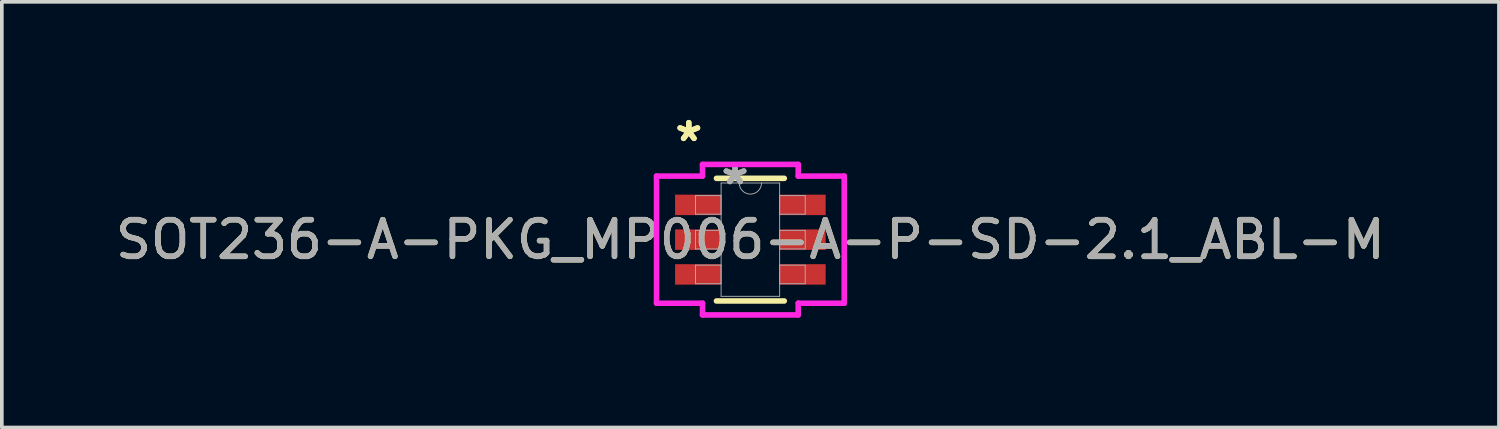
<source format=kicad_pcb>
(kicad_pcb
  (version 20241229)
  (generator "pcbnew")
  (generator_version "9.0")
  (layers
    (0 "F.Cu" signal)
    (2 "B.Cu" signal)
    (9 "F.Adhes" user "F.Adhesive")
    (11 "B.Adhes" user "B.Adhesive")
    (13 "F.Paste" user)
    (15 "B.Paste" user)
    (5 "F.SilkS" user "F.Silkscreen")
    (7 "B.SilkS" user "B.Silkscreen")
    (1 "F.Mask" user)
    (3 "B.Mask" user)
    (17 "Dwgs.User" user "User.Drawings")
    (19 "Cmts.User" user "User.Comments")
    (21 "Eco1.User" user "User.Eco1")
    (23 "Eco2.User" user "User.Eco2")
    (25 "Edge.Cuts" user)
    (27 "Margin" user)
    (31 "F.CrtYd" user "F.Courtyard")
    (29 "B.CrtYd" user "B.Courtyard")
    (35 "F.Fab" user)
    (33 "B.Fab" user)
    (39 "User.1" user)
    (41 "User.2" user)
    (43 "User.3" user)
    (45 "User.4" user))
  (footprint "SOT236-A-PKG_MP006-A-P-SD-2.1_ABL-M"
    (layer "F.Cu")
    (at 17.458 3.5)
    (property "Reference" "SOT236-A-PKG_MP006-A-P-SD-2.1_ABL-M" (at 0 0 0) (unlocked yes) (layer "F.SilkS") (effects (font (size 1 1) (thickness 0.15))))
    (attr smd)
    (fp_line (start -0.927 1.676) (end 0.927 1.676) (stroke (width 0.152) (type solid)) (layer "F.SilkS"))
    (fp_line (start 0.927 -1.676) (end -0.927 -1.676) (stroke (width 0.152) (type solid)) (layer "F.SilkS"))
    (fp_line (start -2.565 -1.737) (end -1.308 -1.737) (stroke (width 0.152) (type solid)) (layer "F.CrtYd"))
    (fp_line (start -2.565 1.737) (end -2.565 -1.737) (stroke (width 0.152) (type solid)) (layer "F.CrtYd"))
    (fp_line (start -2.565 1.737) (end -1.308 1.737) (stroke (width 0.152) (type solid)) (layer "F.CrtYd"))
    (fp_line (start -1.308 -2.057) (end 1.308 -2.057) (stroke (width 0.152) (type solid)) (layer "F.CrtYd"))
    (fp_line (start -1.308 -1.737) (end -1.308 -2.057) (stroke (width 0.152) (type solid)) (layer "F.CrtYd"))
    (fp_line (start -1.308 2.057) (end -1.308 1.737) (stroke (width 0.152) (type solid)) (layer "F.CrtYd"))
    (fp_line (start 1.308 -2.057) (end 1.308 -1.737) (stroke (width 0.152) (type solid)) (layer "F.CrtYd"))
    (fp_line (start 1.308 1.737) (end 1.308 2.057) (stroke (width 0.152) (type solid)) (layer "F.CrtYd"))
    (fp_line (start 1.308 2.057) (end -1.308 2.057) (stroke (width 0.152) (type solid)) (layer "F.CrtYd"))
    (fp_line (start 2.565 -1.737) (end 1.308 -1.737) (stroke (width 0.152) (type solid)) (layer "F.CrtYd"))
    (fp_line (start 2.565 -1.737) (end 2.565 1.737) (stroke (width 0.152) (type solid)) (layer "F.CrtYd"))
    (fp_line (start 2.565 1.737) (end 1.308 1.737) (stroke (width 0.152) (type solid)) (layer "F.CrtYd"))
    (fp_line (start -1.499 -1.204) (end -1.499 -0.696) (stroke (width 0.025) (type solid)) (layer "F.Fab"))
    (fp_line (start -1.499 -0.696) (end -0.8 -0.696) (stroke (width 0.025) (type solid)) (layer "F.Fab"))
    (fp_line (start -1.499 -0.254) (end -1.499 0.254) (stroke (width 0.025) (type solid)) (layer "F.Fab"))
    (fp_line (start -1.499 0.254) (end -0.8 0.254) (stroke (width 0.025) (type solid)) (layer "F.Fab"))
    (fp_line (start -1.499 0.696) (end -1.499 1.204) (stroke (width 0.025) (type solid)) (layer "F.Fab"))
    (fp_line (start -1.499 1.204) (end -0.8 1.204) (stroke (width 0.025) (type solid)) (layer "F.Fab"))
    (fp_line (start -0.8 -1.549) (end -0.8 1.549) (stroke (width 0.025) (type solid)) (layer "F.Fab"))
    (fp_line (start -0.8 -1.204) (end -1.499 -1.204) (stroke (width 0.025) (type solid)) (layer "F.Fab"))
    (fp_line (start -0.8 -0.696) (end -0.8 -1.204) (stroke (width 0.025) (type solid)) (layer "F.Fab"))
    (fp_line (start -0.8 -0.254) (end -1.499 -0.254) (stroke (width 0.025) (type solid)) (layer "F.Fab"))
    (fp_line (start -0.8 0.254) (end -0.8 -0.254) (stroke (width 0.025) (type solid)) (layer "F.Fab"))
    (fp_line (start -0.8 0.696) (end -1.499 0.696) (stroke (width 0.025) (type solid)) (layer "F.Fab"))
    (fp_line (start -0.8 1.204) (end -0.8 0.696) (stroke (width 0.025) (type solid)) (layer "F.Fab"))
    (fp_line (start -0.8 1.549) (end 0.8 1.549) (stroke (width 0.025) (type solid)) (layer "F.Fab"))
    (fp_line (start 0.8 -1.549) (end -0.8 -1.549) (stroke (width 0.025) (type solid)) (layer "F.Fab"))
    (fp_line (start 0.8 -1.204) (end 0.8 -0.696) (stroke (width 0.025) (type solid)) (layer "F.Fab"))
    (fp_line (start 0.8 -0.696) (end 1.499 -0.696) (stroke (width 0.025) (type solid)) (layer "F.Fab"))
    (fp_line (start 0.8 -0.254) (end 0.8 0.254) (stroke (width 0.025) (type solid)) (layer "F.Fab"))
    (fp_line (start 0.8 0.254) (end 1.499 0.254) (stroke (width 0.025) (type solid)) (layer "F.Fab"))
    (fp_line (start 0.8 0.696) (end 0.8 1.204) (stroke (width 0.025) (type solid)) (layer "F.Fab"))
    (fp_line (start 0.8 1.204) (end 1.499 1.204) (stroke (width 0.025) (type solid)) (layer "F.Fab"))
    (fp_line (start 0.8 1.549) (end 0.8 -1.549) (stroke (width 0.025) (type solid)) (layer "F.Fab"))
    (fp_line (start 1.499 -1.204) (end 0.8 -1.204) (stroke (width 0.025) (type solid)) (layer "F.Fab"))
    (fp_line (start 1.499 -0.696) (end 1.499 -1.204) (stroke (width 0.025) (type solid)) (layer "F.Fab"))
    (fp_line (start 1.499 -0.254) (end 0.8 -0.254) (stroke (width 0.025) (type solid)) (layer "F.Fab"))
    (fp_line (start 1.499 0.254) (end 1.499 -0.254) (stroke (width 0.025) (type solid)) (layer "F.Fab"))
    (fp_line (start 1.499 0.696) (end 0.8 0.696) (stroke (width 0.025) (type solid)) (layer "F.Fab"))
    (fp_line (start 1.499 1.204) (end 1.499 0.696) (stroke (width 0.025) (type solid)) (layer "F.Fab"))
    (fp_arc (start 0.3048 -1.5494) (mid 0 -1.2446) (end -0.3048 -1.5494) (stroke (width 0.0254) (type solid)) (layer "F.Fab"))
    (fp_text user "*" (at -1.683 -2.652 0) (layer "F.SilkS") (effects (font (size 1 1) (thickness 0.15))))
    (fp_text user "*" (at -1.683 -2.652 0) (unlocked yes) (layer "F.SilkS") (effects (font (size 1 1) (thickness 0.15))))
    (fp_text user "*" (at -0.419 -1.473 0) (unlocked yes) (layer "F.Fab") (effects (font (size 1 1) (thickness 0.15))))
    (fp_text user "*" (at -0.419 -1.473 0) (layer "F.Fab") (effects (font (size 1 1) (thickness 0.15))))
    (fp_text user "${REFERENCE}" (at 0 0 0) (unlocked yes) (layer "F.Fab") (effects (font (size 1 1) (thickness 0.15))))
    (pad "1" smd rect (at -1.429 -0.95) (size 1.257 0.559) (layers "F.Cu" "F.Mask" "F.Paste"))
    (pad "2" smd rect (at -1.429 0) (size 1.257 0.559) (layers "F.Cu" "F.Mask" "F.Paste"))
    (pad "3" smd rect (at -1.429 0.95) (size 1.257 0.559) (layers "F.Cu" "F.Mask" "F.Paste"))
    (pad "4" smd rect (at 1.429 0.95) (size 1.257 0.559) (layers "F.Cu" "F.Mask" "F.Paste"))
    (pad "5" smd rect (at 1.429 0) (size 1.257 0.559) (layers "F.Cu" "F.Mask" "F.Paste"))
    (pad "6" smd rect (at 1.429 -0.95) (size 1.257 0.559) (layers "F.Cu" "F.Mask" "F.Paste")))
  (gr_rect
    (start -3 -3)
    (end 37.917 8.634)
    (stroke (width 0.1) (type default))
    (fill no)
    (layer "Edge.Cuts")))
</source>
